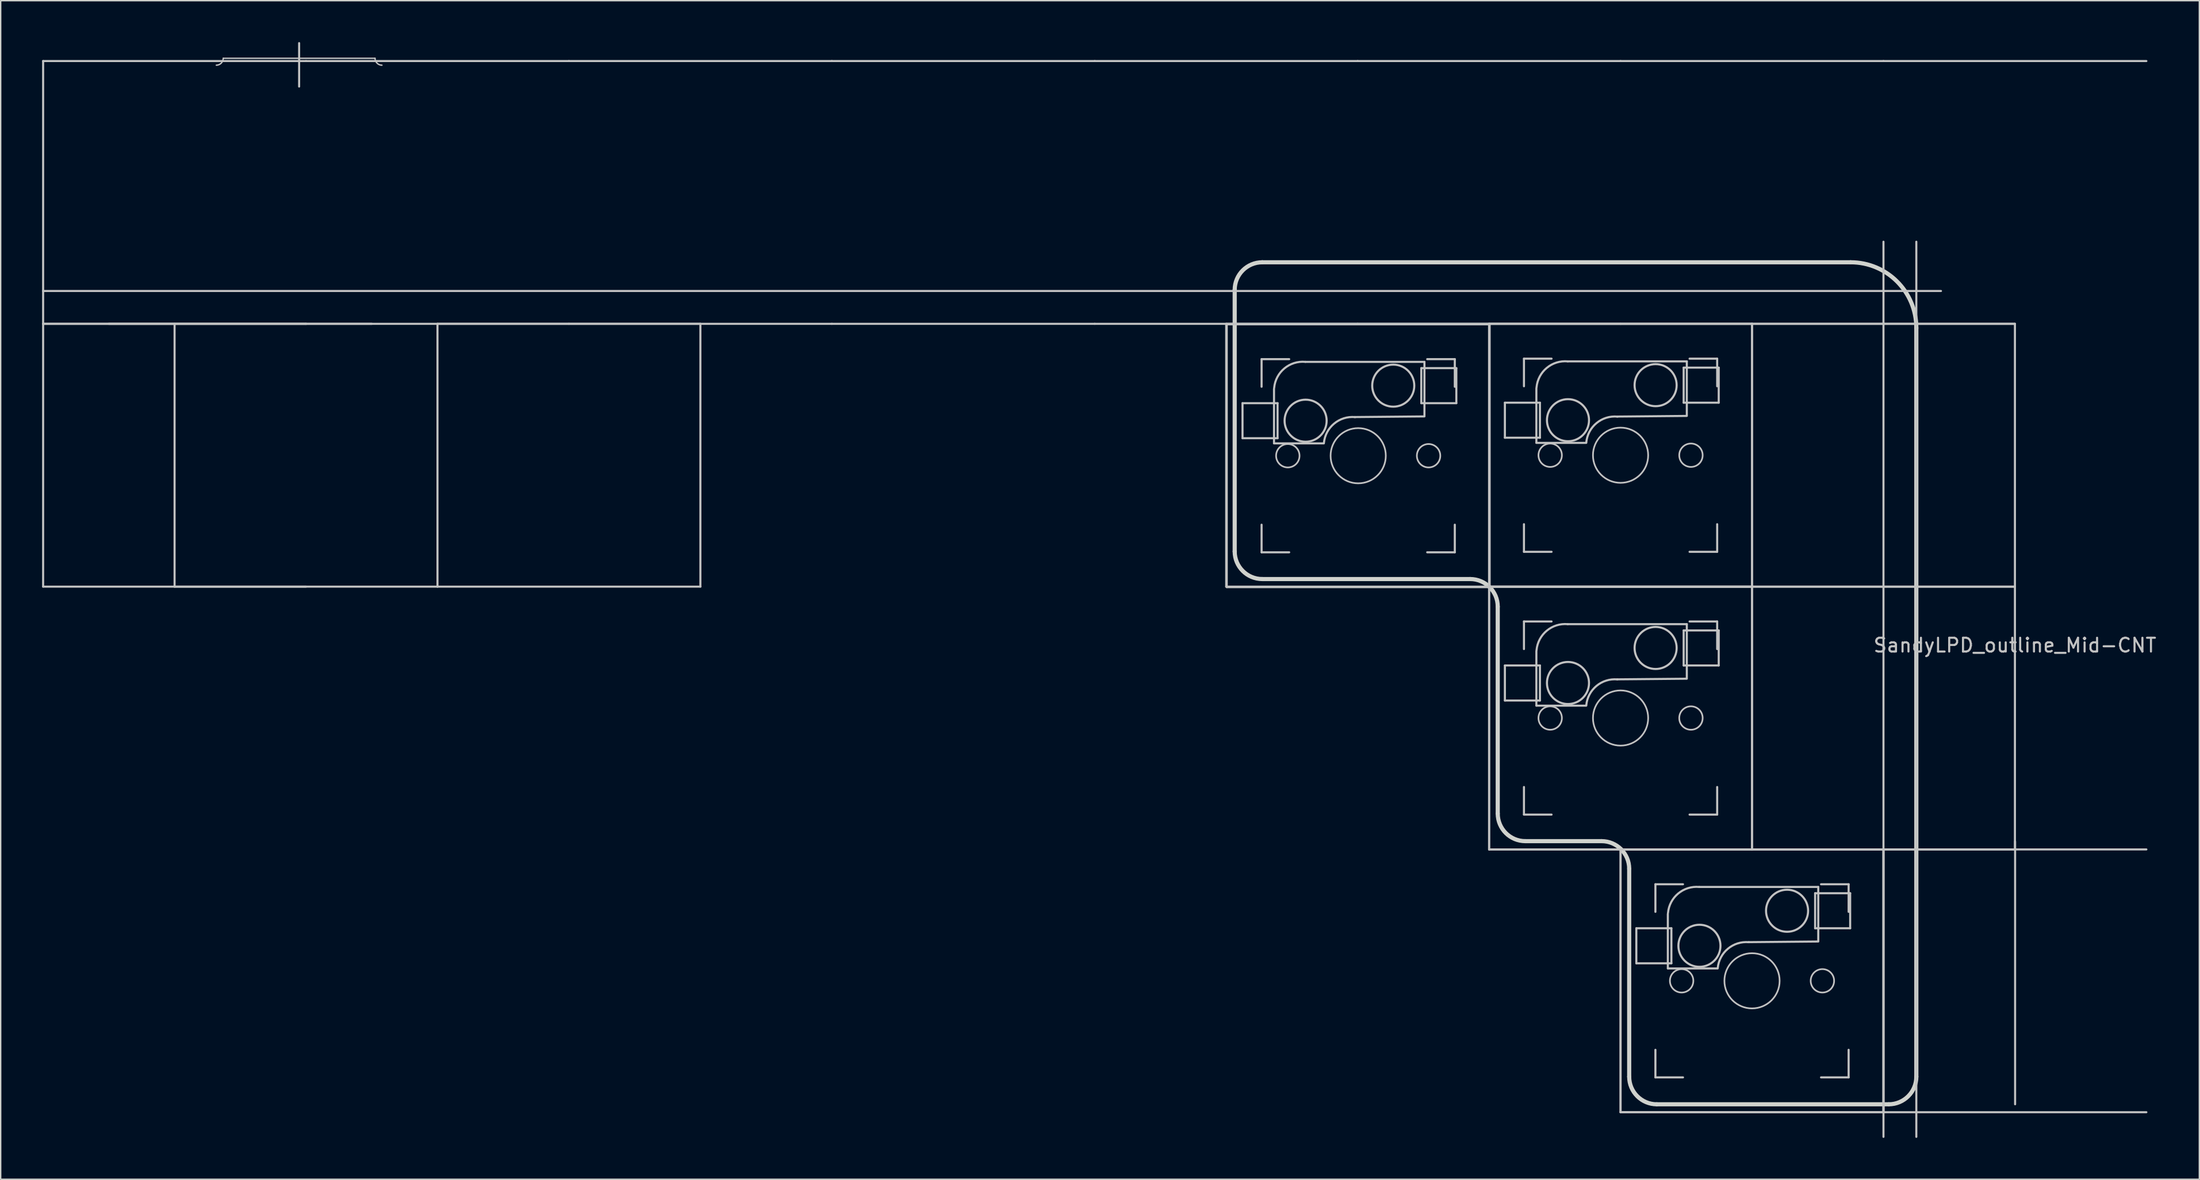
<source format=kicad_pcb>
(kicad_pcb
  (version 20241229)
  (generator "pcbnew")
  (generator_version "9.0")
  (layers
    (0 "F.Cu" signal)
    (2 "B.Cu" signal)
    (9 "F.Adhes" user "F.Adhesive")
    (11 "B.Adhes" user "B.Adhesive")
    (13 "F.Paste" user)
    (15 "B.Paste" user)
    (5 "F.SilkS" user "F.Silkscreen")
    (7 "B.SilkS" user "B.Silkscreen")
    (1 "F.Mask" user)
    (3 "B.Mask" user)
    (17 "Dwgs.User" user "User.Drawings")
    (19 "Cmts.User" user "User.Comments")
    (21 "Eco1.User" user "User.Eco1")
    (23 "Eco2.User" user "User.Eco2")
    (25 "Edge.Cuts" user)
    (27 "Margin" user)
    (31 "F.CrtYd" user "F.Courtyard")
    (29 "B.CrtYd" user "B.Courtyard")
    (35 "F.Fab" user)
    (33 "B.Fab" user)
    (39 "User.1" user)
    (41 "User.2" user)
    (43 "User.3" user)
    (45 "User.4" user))
  (footprint "SandyLPD_outline_Mid-CNT"
    (layer "F.Cu")
    (at 142.95 39.475)
    (property "Reference" "SandyLPD_outline_Mid-CNT" (at 0 4.25 0) (layer "Dwgs.User") (effects (font (size 1 1) (thickness 0.15))))
    (attr through_hole)
    (fp_line (start -142.875 -38.1) (end -123.825 -38.1) (stroke (width 0.15) (type solid)) (layer "Dwgs.User"))
    (fp_line (start -142.875 -19.05) (end -142.875 -38.1) (stroke (width 0.15) (type solid)) (layer "Dwgs.User"))
    (fp_line (start -142.875 -19.05) (end -142.875 0) (stroke (width 0.15) (type solid)) (layer "Dwgs.User"))
    (fp_line (start -138.113 -19.05) (end -119.062 -19.05) (stroke (width 0.15) (type solid)) (layer "Dwgs.User"))
    (fp_line (start -133.35 0) (end -133.35 -19.05) (stroke (width 0.15) (type solid)) (layer "Dwgs.User"))
    (fp_line (start -129.825 -38.3) (end -118.825 -38.3) (stroke (width 0.1) (type solid)) (layer "Dwgs.User"))
    (fp_line (start -124.325 -39.4) (end -124.325 -36.25) (stroke (width 0.15) (type solid)) (layer "Dwgs.User"))
    (fp_line (start -123.825 -38.1) (end -104.775 -38.1) (stroke (width 0.15) (type solid)) (layer "Dwgs.User"))
    (fp_line (start -123.825 -19.05) (end -142.875 -19.05) (stroke (width 0.15) (type solid)) (layer "Dwgs.User"))
    (fp_line (start -123.825 -19.05) (end -142.875 -19.05) (stroke (width 0.15) (type solid)) (layer "Dwgs.User"))
    (fp_line (start -123.825 0) (end -142.875 0) (stroke (width 0.15) (type solid)) (layer "Dwgs.User"))
    (fp_line (start -114.3 -19.05) (end -95.25 -19.05) (stroke (width 0.15) (type solid)) (layer "Dwgs.User"))
    (fp_line (start -114.3 0) (end -133.35 0) (stroke (width 0.15) (type solid)) (layer "Dwgs.User"))
    (fp_line (start -114.3 0) (end -114.3 -19.05) (stroke (width 0.15) (type solid)) (layer "Dwgs.User"))
    (fp_line (start -104.775 -38.1) (end -85.725 -38.1) (stroke (width 0.15) (type solid)) (layer "Dwgs.User"))
    (fp_line (start -104.775 -19.05) (end -123.825 -19.05) (stroke (width 0.15) (type solid)) (layer "Dwgs.User"))
    (fp_line (start -95.25 -19.05) (end -95.25 0) (stroke (width 0.15) (type solid)) (layer "Dwgs.User"))
    (fp_line (start -95.25 0) (end -114.3 0) (stroke (width 0.15) (type solid)) (layer "Dwgs.User"))
    (fp_line (start -85.725 -38.1) (end -66.675 -38.1) (stroke (width 0.15) (type solid)) (layer "Dwgs.User"))
    (fp_line (start -85.725 -19.05) (end -104.775 -19.05) (stroke (width 0.15) (type solid)) (layer "Dwgs.User"))
    (fp_line (start -66.675 -38.1) (end -47.625 -38.1) (stroke (width 0.15) (type solid)) (layer "Dwgs.User"))
    (fp_line (start -66.675 -19.05) (end -85.725 -19.05) (stroke (width 0.15) (type solid)) (layer "Dwgs.User"))
    (fp_line (start -57.15 -19.05) (end -38.1 -19.05) (stroke (width 0.15) (type solid)) (layer "Dwgs.User"))
    (fp_line (start -57.15 0) (end -57.15 -19.05) (stroke (width 0.15) (type solid)) (layer "Dwgs.User"))
    (fp_line (start -57.111 -19.014) (end -38.061 -19.014) (stroke (width 0.15) (type solid)) (layer "Dwgs.User"))
    (fp_line (start -57.111 0.036) (end -57.111 -19.014) (stroke (width 0.15) (type solid)) (layer "Dwgs.User"))
    (fp_line (start -55.968 -13.299) (end -55.968 -10.759) (stroke (width 0.15) (type solid)) (layer "Dwgs.User"))
    (fp_line (start -55.968 -10.759) (end -53.428 -10.759) (stroke (width 0.15) (type solid)) (layer "Dwgs.User"))
    (fp_line (start -54.586 -16.489) (end -54.586 -14.489) (stroke (width 0.15) (type solid)) (layer "Dwgs.User"))
    (fp_line (start -54.586 -4.489) (end -54.586 -2.489) (stroke (width 0.15) (type solid)) (layer "Dwgs.User"))
    (fp_line (start -54.586 -2.489) (end -52.586 -2.489) (stroke (width 0.15) (type solid)) (layer "Dwgs.User"))
    (fp_line (start -53.686 -14.339) (end -53.686 -10.394) (stroke (width 0.15) (type solid)) (layer "Dwgs.User"))
    (fp_line (start -53.686 -10.385) (end -50.076 -10.385) (stroke (width 0.15) (type solid)) (layer "Dwgs.User"))
    (fp_line (start -53.428 -13.299) (end -55.968 -13.299) (stroke (width 0.15) (type solid)) (layer "Dwgs.User"))
    (fp_line (start -53.428 -10.759) (end -53.428 -13.299) (stroke (width 0.15) (type solid)) (layer "Dwgs.User"))
    (fp_line (start -52.586 -16.489) (end -54.586 -16.489) (stroke (width 0.15) (type solid)) (layer "Dwgs.User"))
    (fp_line (start -47.625 -38.1) (end -28.575 -38.1) (stroke (width 0.15) (type solid)) (layer "Dwgs.User"))
    (fp_line (start -47.625 -19.05) (end -66.675 -19.05) (stroke (width 0.15) (type solid)) (layer "Dwgs.User"))
    (fp_line (start -43.014 -15.839) (end -40.474 -15.839) (stroke (width 0.15) (type solid)) (layer "Dwgs.User"))
    (fp_line (start -43.014 -13.299) (end -43.014 -15.839) (stroke (width 0.15) (type solid)) (layer "Dwgs.User"))
    (fp_line (start -42.786 -16.293) (end -51.411 -16.293) (stroke (width 0.15) (type solid)) (layer "Dwgs.User"))
    (fp_line (start -42.786 -12.385) (end -42.786 -16.293) (stroke (width 0.15) (type solid)) (layer "Dwgs.User"))
    (fp_line (start -42.786 -12.339) (end -47.836 -12.293) (stroke (width 0.15) (type solid)) (layer "Dwgs.User"))
    (fp_line (start -42.586 -16.489) (end -40.586 -16.489) (stroke (width 0.15) (type solid)) (layer "Dwgs.User"))
    (fp_line (start -42.586 -2.489) (end -40.586 -2.489) (stroke (width 0.15) (type solid)) (layer "Dwgs.User"))
    (fp_line (start -40.586 -16.489) (end -40.586 -14.489) (stroke (width 0.15) (type solid)) (layer "Dwgs.User"))
    (fp_line (start -40.586 -2.489) (end -40.586 -4.489) (stroke (width 0.15) (type solid)) (layer "Dwgs.User"))
    (fp_line (start -40.474 -15.839) (end -40.474 -13.299) (stroke (width 0.15) (type solid)) (layer "Dwgs.User"))
    (fp_line (start -40.474 -13.299) (end -43.014 -13.299) (stroke (width 0.15) (type solid)) (layer "Dwgs.User"))
    (fp_line (start -38.1 -19.05) (end -19.05 -19.05) (stroke (width 0.15) (type solid)) (layer "Dwgs.User"))
    (fp_line (start -38.1 -0.000016) (end -38.1 -19.05) (stroke (width 0.15) (type solid)) (layer "Dwgs.User"))
    (fp_line (start -38.1 0) (end -19.05 0) (stroke (width 0.15) (type solid)) (layer "Dwgs.User"))
    (fp_line (start -38.1 19.05) (end -38.1 0) (stroke (width 0.15) (type solid)) (layer "Dwgs.User"))
    (fp_line (start -38.1 -19.05) (end -19.05 -19.05) (stroke (width 0.15) (type solid)) (layer "Dwgs.User"))
    (fp_line (start -38.1 0) (end -57.15 0) (stroke (width 0.15) (type solid)) (layer "Dwgs.User"))
    (fp_line (start -38.1 0) (end -38.1 -19.05) (stroke (width 0.15) (type solid)) (layer "Dwgs.User"))
    (fp_line (start -38.1 0) (end -19.05 0) (stroke (width 0.15) (type solid)) (layer "Dwgs.User"))
    (fp_line (start -38.1 19.05) (end -38.1 0) (stroke (width 0.15) (type solid)) (layer "Dwgs.User"))
    (fp_line (start -38.061 -19.014) (end -38.061 0.036) (stroke (width 0.15) (type solid)) (layer "Dwgs.User"))
    (fp_line (start -38.061 0.036) (end -57.111 0.036) (stroke (width 0.15) (type solid)) (layer "Dwgs.User"))
    (fp_line (start -36.957 -13.335) (end -36.957 -10.795) (stroke (width 0.15) (type solid)) (layer "Dwgs.User"))
    (fp_line (start -36.957 -10.795) (end -34.417 -10.795) (stroke (width 0.15) (type solid)) (layer "Dwgs.User"))
    (fp_line (start -36.957 5.715) (end -36.957 8.255) (stroke (width 0.15) (type solid)) (layer "Dwgs.User"))
    (fp_line (start -36.957 8.255) (end -34.417 8.255) (stroke (width 0.15) (type solid)) (layer "Dwgs.User"))
    (fp_line (start -35.575 -16.525) (end -35.575 -14.525) (stroke (width 0.15) (type solid)) (layer "Dwgs.User"))
    (fp_line (start -35.575 -4.525) (end -35.575 -2.525) (stroke (width 0.15) (type solid)) (layer "Dwgs.User"))
    (fp_line (start -35.575 -2.525) (end -33.575 -2.525) (stroke (width 0.15) (type solid)) (layer "Dwgs.User"))
    (fp_line (start -35.575 2.525) (end -35.575 4.525) (stroke (width 0.15) (type solid)) (layer "Dwgs.User"))
    (fp_line (start -35.575 14.525) (end -35.575 16.525) (stroke (width 0.15) (type solid)) (layer "Dwgs.User"))
    (fp_line (start -35.575 16.525) (end -33.575 16.525) (stroke (width 0.15) (type solid)) (layer "Dwgs.User"))
    (fp_line (start -34.675 -14.375) (end -34.675 -10.43) (stroke (width 0.15) (type solid)) (layer "Dwgs.User"))
    (fp_line (start -34.675 -10.421) (end -31.065 -10.421) (stroke (width 0.15) (type solid)) (layer "Dwgs.User"))
    (fp_line (start -34.675 4.675) (end -34.675 8.62) (stroke (width 0.15) (type solid)) (layer "Dwgs.User"))
    (fp_line (start -34.675 8.629) (end -31.065 8.629) (stroke (width 0.15) (type solid)) (layer "Dwgs.User"))
    (fp_line (start -34.417 -13.335) (end -36.957 -13.335) (stroke (width 0.15) (type solid)) (layer "Dwgs.User"))
    (fp_line (start -34.417 -10.795) (end -34.417 -13.335) (stroke (width 0.15) (type solid)) (layer "Dwgs.User"))
    (fp_line (start -34.417 5.715) (end -36.957 5.715) (stroke (width 0.15) (type solid)) (layer "Dwgs.User"))
    (fp_line (start -34.417 8.255) (end -34.417 5.715) (stroke (width 0.15) (type solid)) (layer "Dwgs.User"))
    (fp_line (start -33.575 -16.525) (end -35.575 -16.525) (stroke (width 0.15) (type solid)) (layer "Dwgs.User"))
    (fp_line (start -33.575 2.525) (end -35.575 2.525) (stroke (width 0.15) (type solid)) (layer "Dwgs.User"))
    (fp_line (start -28.575 19.05) (end -9.525 19.05) (stroke (width 0.15) (type solid)) (layer "Dwgs.User"))
    (fp_line (start -28.575 38.1) (end -28.575 19.05) (stroke (width 0.15) (type solid)) (layer "Dwgs.User"))
    (fp_line (start -28.575 -38.1) (end -9.525 -38.1) (stroke (width 0.15) (type solid)) (layer "Dwgs.User"))
    (fp_line (start -28.575 -19.05) (end -47.625 -19.05) (stroke (width 0.15) (type solid)) (layer "Dwgs.User"))
    (fp_line (start -28.575 19.05) (end -9.525 19.05) (stroke (width 0.15) (type solid)) (layer "Dwgs.User"))
    (fp_line (start -28.575 38.1) (end -28.575 19.05) (stroke (width 0.15) (type solid)) (layer "Dwgs.User"))
    (fp_line (start -27.432 24.765) (end -27.432 27.305) (stroke (width 0.15) (type solid)) (layer "Dwgs.User"))
    (fp_line (start -27.432 27.305) (end -24.892 27.305) (stroke (width 0.15) (type solid)) (layer "Dwgs.User"))
    (fp_line (start -26.05 21.575) (end -26.05 23.575) (stroke (width 0.15) (type solid)) (layer "Dwgs.User"))
    (fp_line (start -26.05 33.575) (end -26.05 35.575) (stroke (width 0.15) (type solid)) (layer "Dwgs.User"))
    (fp_line (start -26.05 35.575) (end -24.05 35.575) (stroke (width 0.15) (type solid)) (layer "Dwgs.User"))
    (fp_line (start -25.15 23.725) (end -25.15 27.67) (stroke (width 0.15) (type solid)) (layer "Dwgs.User"))
    (fp_line (start -25.15 27.679) (end -21.54 27.679) (stroke (width 0.15) (type solid)) (layer "Dwgs.User"))
    (fp_line (start -24.892 24.765) (end -27.432 24.765) (stroke (width 0.15) (type solid)) (layer "Dwgs.User"))
    (fp_line (start -24.892 27.305) (end -24.892 24.765) (stroke (width 0.15) (type solid)) (layer "Dwgs.User"))
    (fp_line (start -24.05 21.575) (end -26.05 21.575) (stroke (width 0.15) (type solid)) (layer "Dwgs.User"))
    (fp_line (start -24.003 -15.875) (end -21.463 -15.875) (stroke (width 0.15) (type solid)) (layer "Dwgs.User"))
    (fp_line (start -24.003 -13.335) (end -24.003 -15.875) (stroke (width 0.15) (type solid)) (layer "Dwgs.User"))
    (fp_line (start -24.003 3.175) (end -21.463 3.175) (stroke (width 0.15) (type solid)) (layer "Dwgs.User"))
    (fp_line (start -24.003 5.715) (end -24.003 3.175) (stroke (width 0.15) (type solid)) (layer "Dwgs.User"))
    (fp_line (start -23.775 -16.329) (end -32.4 -16.329) (stroke (width 0.15) (type solid)) (layer "Dwgs.User"))
    (fp_line (start -23.775 -12.421) (end -23.775 -16.329) (stroke (width 0.15) (type solid)) (layer "Dwgs.User"))
    (fp_line (start -23.775 -12.375) (end -28.825 -12.329) (stroke (width 0.15) (type solid)) (layer "Dwgs.User"))
    (fp_line (start -23.775 2.721) (end -32.4 2.721) (stroke (width 0.15) (type solid)) (layer "Dwgs.User"))
    (fp_line (start -23.775 6.629) (end -23.775 2.721) (stroke (width 0.15) (type solid)) (layer "Dwgs.User"))
    (fp_line (start -23.775 6.675) (end -28.825 6.721) (stroke (width 0.15) (type solid)) (layer "Dwgs.User"))
    (fp_line (start -23.575 -16.525) (end -21.575 -16.525) (stroke (width 0.15) (type solid)) (layer "Dwgs.User"))
    (fp_line (start -23.575 -2.525) (end -21.575 -2.525) (stroke (width 0.15) (type solid)) (layer "Dwgs.User"))
    (fp_line (start -23.575 2.525) (end -21.575 2.525) (stroke (width 0.15) (type solid)) (layer "Dwgs.User"))
    (fp_line (start -23.575 16.525) (end -21.575 16.525) (stroke (width 0.15) (type solid)) (layer "Dwgs.User"))
    (fp_line (start -21.575 -16.525) (end -21.575 -14.525) (stroke (width 0.15) (type solid)) (layer "Dwgs.User"))
    (fp_line (start -21.575 -2.525) (end -21.575 -4.525) (stroke (width 0.15) (type solid)) (layer "Dwgs.User"))
    (fp_line (start -21.575 2.525) (end -21.575 4.525) (stroke (width 0.15) (type solid)) (layer "Dwgs.User"))
    (fp_line (start -21.575 16.525) (end -21.575 14.525) (stroke (width 0.15) (type solid)) (layer "Dwgs.User"))
    (fp_line (start -21.463 -15.875) (end -21.463 -13.335) (stroke (width 0.15) (type solid)) (layer "Dwgs.User"))
    (fp_line (start -21.463 -13.335) (end -24.003 -13.335) (stroke (width 0.15) (type solid)) (layer "Dwgs.User"))
    (fp_line (start -21.463 3.175) (end -21.463 5.715) (stroke (width 0.15) (type solid)) (layer "Dwgs.User"))
    (fp_line (start -21.463 5.715) (end -24.003 5.715) (stroke (width 0.15) (type solid)) (layer "Dwgs.User"))
    (fp_line (start -19.05 -19.05) (end -19.05 -0.000016) (stroke (width 0.15) (type solid)) (layer "Dwgs.User"))
    (fp_line (start -19.05 -0.000016) (end -38.1 -0.000016) (stroke (width 0.15) (type solid)) (layer "Dwgs.User"))
    (fp_line (start -19.05 0) (end -19.05 19.05) (stroke (width 0.15) (type solid)) (layer "Dwgs.User"))
    (fp_line (start -19.05 19.05) (end -38.1 19.05) (stroke (width 0.15) (type solid)) (layer "Dwgs.User"))
    (fp_line (start -19.05 -19.05) (end -19.05 0) (stroke (width 0.15) (type solid)) (layer "Dwgs.User"))
    (fp_line (start -19.05 -19.05) (end 0 -19.05) (stroke (width 0.15) (type solid)) (layer "Dwgs.User"))
    (fp_line (start -19.05 0) (end -38.1 0) (stroke (width 0.15) (type solid)) (layer "Dwgs.User"))
    (fp_line (start -19.05 0) (end 0 0) (stroke (width 0.15) (type solid)) (layer "Dwgs.User"))
    (fp_line (start -19.05 19.05) (end -38.1 19.05) (stroke (width 0.15) (type solid)) (layer "Dwgs.User"))
    (fp_line (start -19.05 19.05) (end -19.05 0) (stroke (width 0.15) (type solid)) (layer "Dwgs.User"))
    (fp_line (start -14.478 22.225) (end -11.938 22.225) (stroke (width 0.15) (type solid)) (layer "Dwgs.User"))
    (fp_line (start -14.478 24.765) (end -14.478 22.225) (stroke (width 0.15) (type solid)) (layer "Dwgs.User"))
    (fp_line (start -14.25 21.771) (end -22.875 21.771) (stroke (width 0.15) (type solid)) (layer "Dwgs.User"))
    (fp_line (start -14.25 25.679) (end -14.25 21.771) (stroke (width 0.15) (type solid)) (layer "Dwgs.User"))
    (fp_line (start -14.25 25.725) (end -19.3 25.771) (stroke (width 0.15) (type solid)) (layer "Dwgs.User"))
    (fp_line (start -14.05 21.575) (end -12.05 21.575) (stroke (width 0.15) (type solid)) (layer "Dwgs.User"))
    (fp_line (start -14.05 35.575) (end -12.05 35.575) (stroke (width 0.15) (type solid)) (layer "Dwgs.User"))
    (fp_line (start -12.05 21.575) (end -12.05 23.575) (stroke (width 0.15) (type solid)) (layer "Dwgs.User"))
    (fp_line (start -12.05 35.575) (end -12.05 33.575) (stroke (width 0.15) (type solid)) (layer "Dwgs.User"))
    (fp_line (start -11.938 22.225) (end -11.938 24.765) (stroke (width 0.15) (type solid)) (layer "Dwgs.User"))
    (fp_line (start -11.938 24.765) (end -14.478 24.765) (stroke (width 0.15) (type solid)) (layer "Dwgs.User"))
    (fp_line (start -9.525 19.05) (end -9.525 38.1) (stroke (width 0.15) (type solid)) (layer "Dwgs.User"))
    (fp_line (start -9.525 38.1) (end -28.575 38.1) (stroke (width 0.15) (type solid)) (layer "Dwgs.User"))
    (fp_line (start -9.525 39.886) (end -9.525 -25.003) (stroke (width 0.15) (type solid)) (layer "Dwgs.User"))
    (fp_line (start -9.525 -38.1) (end 9.525 -38.1) (stroke (width 0.15) (type solid)) (layer "Dwgs.User"))
    (fp_line (start -9.525 -19.05) (end -28.575 -19.05) (stroke (width 0.15) (type solid)) (layer "Dwgs.User"))
    (fp_line (start -9.525 19.05) (end 9.525 19.05) (stroke (width 0.15) (type solid)) (layer "Dwgs.User"))
    (fp_line (start -9.525 38.1) (end -28.575 38.1) (stroke (width 0.15) (type solid)) (layer "Dwgs.User"))
    (fp_line (start -9.525 38.1) (end -9.525 19.05) (stroke (width 0.15) (type solid)) (layer "Dwgs.User"))
    (fp_line (start -7.144 39.886) (end -7.144 -25.003) (stroke (width 0.15) (type solid)) (layer "Dwgs.User"))
    (fp_line (start -5.358 -21.431) (end -142.875 -21.431) (stroke (width 0.15) (type solid)) (layer "Dwgs.User"))
    (fp_line (start 0 -19.05) (end -9.525 -19.05) (stroke (width 0.15) (type solid)) (layer "Dwgs.User"))
    (fp_line (start 0 -19.05) (end 0 0) (stroke (width 0.15) (type solid)) (layer "Dwgs.User"))
    (fp_line (start 0 0) (end -19.05 0) (stroke (width 0.15) (type solid)) (layer "Dwgs.User"))
    (fp_line (start 0 19.05) (end -19.05 19.05) (stroke (width 0.15) (type solid)) (layer "Dwgs.User"))
    (fp_line (start 0 19.05) (end 0 0) (stroke (width 0.15) (type solid)) (layer "Dwgs.User"))
    (fp_line (start 0.013 37.523) (end 0.013 18.473) (stroke (width 0.15) (type solid)) (layer "Dwgs.User"))
    (fp_line (start 9.525 38.1) (end -9.525 38.1) (stroke (width 0.15) (type solid)) (layer "Dwgs.User"))
    (fp_arc (start -129.825 -38.30004) (mid -129.971447 -37.946487) (end -130.325 -37.80004) (stroke (width 0.1) (type solid)) (layer "Dwgs.User"))
    (fp_arc (start -118.325 -37.80004) (mid -118.678553 -37.946487) (end -118.825 -38.30004) (stroke (width 0.1) (type solid)) (layer "Dwgs.User"))
    (fp_arc (start -53.674786 -14.409254) (mid -52.932975 -15.820144) (end -51.410786 -16.293254) (stroke (width 0.15) (type solid)) (layer "Dwgs.User"))
    (fp_arc (start -50.070786 -10.409254) (mid -49.330147 -11.817315) (end -47.810786 -12.289254) (stroke (width 0.15) (type solid)) (layer "Dwgs.User"))
    (fp_arc (start -34.664016 -14.445016) (mid -33.922205 -15.855906) (end -32.400016 -16.329016) (stroke (width 0.15) (type solid)) (layer "Dwgs.User"))
    (fp_arc (start -34.664016 4.605) (mid -33.922205 3.19411) (end -32.400016 2.721) (stroke (width 0.15) (type solid)) (layer "Dwgs.User"))
    (fp_arc (start -31.060016 -10.445016) (mid -30.319377 -11.853077) (end -28.800016 -12.325016) (stroke (width 0.15) (type solid)) (layer "Dwgs.User"))
    (fp_arc (start -31.060016 8.605) (mid -30.319377 7.196939) (end -28.800016 6.725) (stroke (width 0.15) (type solid)) (layer "Dwgs.User"))
    (fp_arc (start -25.139008 23.655016) (mid -24.397197 22.244126) (end -22.875008 21.771016) (stroke (width 0.15) (type solid)) (layer "Dwgs.User"))
    (fp_arc (start -21.535008 27.655016) (mid -20.794369 26.246955) (end -19.275008 25.775016) (stroke (width 0.15) (type solid)) (layer "Dwgs.User"))
    (fp_circle (center -52.686 -9.489) (end -52.086 -8.889) (stroke (width 0.12) (type solid)) (fill no) (layer "Dwgs.User"))
    (fp_circle (center -51.396 -12.029) (end -49.872 -12.029) (stroke (width 0.15) (type solid)) (fill no) (layer "Dwgs.User"))
    (fp_circle (center -47.586 -9.489) (end -45.586 -9.489) (stroke (width 0.12) (type solid)) (fill no) (layer "Dwgs.User"))
    (fp_circle (center -45.046 -14.569) (end -43.522 -14.569) (stroke (width 0.15) (type solid)) (fill no) (layer "Dwgs.User"))
    (fp_circle (center -42.486 -9.489) (end -41.886 -8.889) (stroke (width 0.12) (type solid)) (fill no) (layer "Dwgs.User"))
    (fp_circle (center -33.675 -9.525) (end -33.075 -8.925) (stroke (width 0.12) (type solid)) (fill no) (layer "Dwgs.User"))
    (fp_circle (center -33.675 9.525) (end -33.075 10.125) (stroke (width 0.12) (type solid)) (fill no) (layer "Dwgs.User"))
    (fp_circle (center -32.385 -12.065) (end -30.861 -12.065) (stroke (width 0.15) (type solid)) (fill no) (layer "Dwgs.User"))
    (fp_circle (center -32.385 6.985) (end -30.861 6.985) (stroke (width 0.15) (type solid)) (fill no) (layer "Dwgs.User"))
    (fp_circle (center -28.575 -9.525) (end -26.575 -9.525) (stroke (width 0.12) (type solid)) (fill no) (layer "Dwgs.User"))
    (fp_circle (center -28.575 9.525) (end -26.575 9.525) (stroke (width 0.12) (type solid)) (fill no) (layer "Dwgs.User"))
    (fp_circle (center -26.035 -14.605) (end -24.511 -14.605) (stroke (width 0.15) (type solid)) (fill no) (layer "Dwgs.User"))
    (fp_circle (center -26.035 4.445) (end -24.511 4.445) (stroke (width 0.15) (type solid)) (fill no) (layer "Dwgs.User"))
    (fp_circle (center -24.15 28.575) (end -23.55 29.175) (stroke (width 0.12) (type solid)) (fill no) (layer "Dwgs.User"))
    (fp_circle (center -23.475 -9.525) (end -22.875 -8.925) (stroke (width 0.12) (type solid)) (fill no) (layer "Dwgs.User"))
    (fp_circle (center -23.475 9.525) (end -22.875 10.125) (stroke (width 0.12) (type solid)) (fill no) (layer "Dwgs.User"))
    (fp_circle (center -22.86 26.035) (end -21.336 26.035) (stroke (width 0.15) (type solid)) (fill no) (layer "Dwgs.User"))
    (fp_circle (center -19.05 28.575) (end -17.05 28.575) (stroke (width 0.12) (type solid)) (fill no) (layer "Dwgs.User"))
    (fp_circle (center -16.51 23.495) (end -14.986 23.495) (stroke (width 0.15) (type solid)) (fill no) (layer "Dwgs.User"))
    (fp_circle (center -13.95 28.575) (end -13.35 29.175) (stroke (width 0.12) (type solid)) (fill no) (layer "Dwgs.User"))
    (fp_line (start -56.535 -2.55) (end -56.535 -21.513) (stroke (width 0.3) (type solid)) (layer "Edge.Cuts"))
    (fp_line (start -54.535 -0.55) (end -39.475 -0.55) (stroke (width 0.3) (type solid)) (layer "Edge.Cuts"))
    (fp_line (start -37.475 16.45) (end -37.475 1.45) (stroke (width 0.3) (type solid)) (layer "Edge.Cuts"))
    (fp_line (start -35.475 18.45) (end -29.95 18.45) (stroke (width 0.3) (type solid)) (layer "Edge.Cuts"))
    (fp_line (start -27.95 35.525) (end -27.95 20.45) (stroke (width 0.3) (type solid)) (layer "Edge.Cuts"))
    (fp_line (start -25.95 37.525) (end -9.144 37.525) (stroke (width 0.3) (type solid)) (layer "Edge.Cuts"))
    (fp_line (start -11.906 -23.513) (end -54.535 -23.513) (stroke (width 0.3) (type solid)) (layer "Edge.Cuts"))
    (fp_line (start -7.144 35.525) (end -7.144 -18.75) (stroke (width 0.3) (type solid)) (layer "Edge.Cuts"))
    (fp_arc (start -56.535 -21.512542) (mid -55.949214 -22.926756) (end -54.535 -23.512542) (stroke (width 0.3) (type solid)) (layer "Edge.Cuts"))
    (fp_arc (start -54.535 -0.55004) (mid -55.949214 -1.135826) (end -56.535 -2.55004) (stroke (width 0.3) (type solid)) (layer "Edge.Cuts"))
    (fp_arc (start -39.475 -0.55004) (mid -38.060786 0.035746) (end -37.475 1.44996) (stroke (width 0.3) (type solid)) (layer "Edge.Cuts"))
    (fp_arc (start -35.475 18.44996) (mid -36.889214 17.864174) (end -37.475 16.44996) (stroke (width 0.3) (type solid)) (layer "Edge.Cuts"))
    (fp_arc (start -29.95 18.44996) (mid -28.535786 19.035746) (end -27.95 20.44996) (stroke (width 0.3) (type solid)) (layer "Edge.Cuts"))
    (fp_arc (start -25.95 37.52496) (mid -27.364214 36.939174) (end -27.95 35.52496) (stroke (width 0.3) (type solid)) (layer "Edge.Cuts"))
    (fp_arc (start -11.906256 -23.512542) (mid -8.538662 -22.117636) (end -7.143756 -18.750042) (stroke (width 0.3) (type default)) (layer "Edge.Cuts"))
    (fp_arc (start -7.143756 35.52496) (mid -7.729545 36.939171) (end -9.143756 37.52496) (stroke (width 0.3) (type solid)) (layer "Edge.Cuts")))
  (gr_rect
    (start -3 -3)
    (end 156.313 82.436)
    (stroke (width 0.1) (type default))
    (fill no)
    (layer "Edge.Cuts")))
</source>
